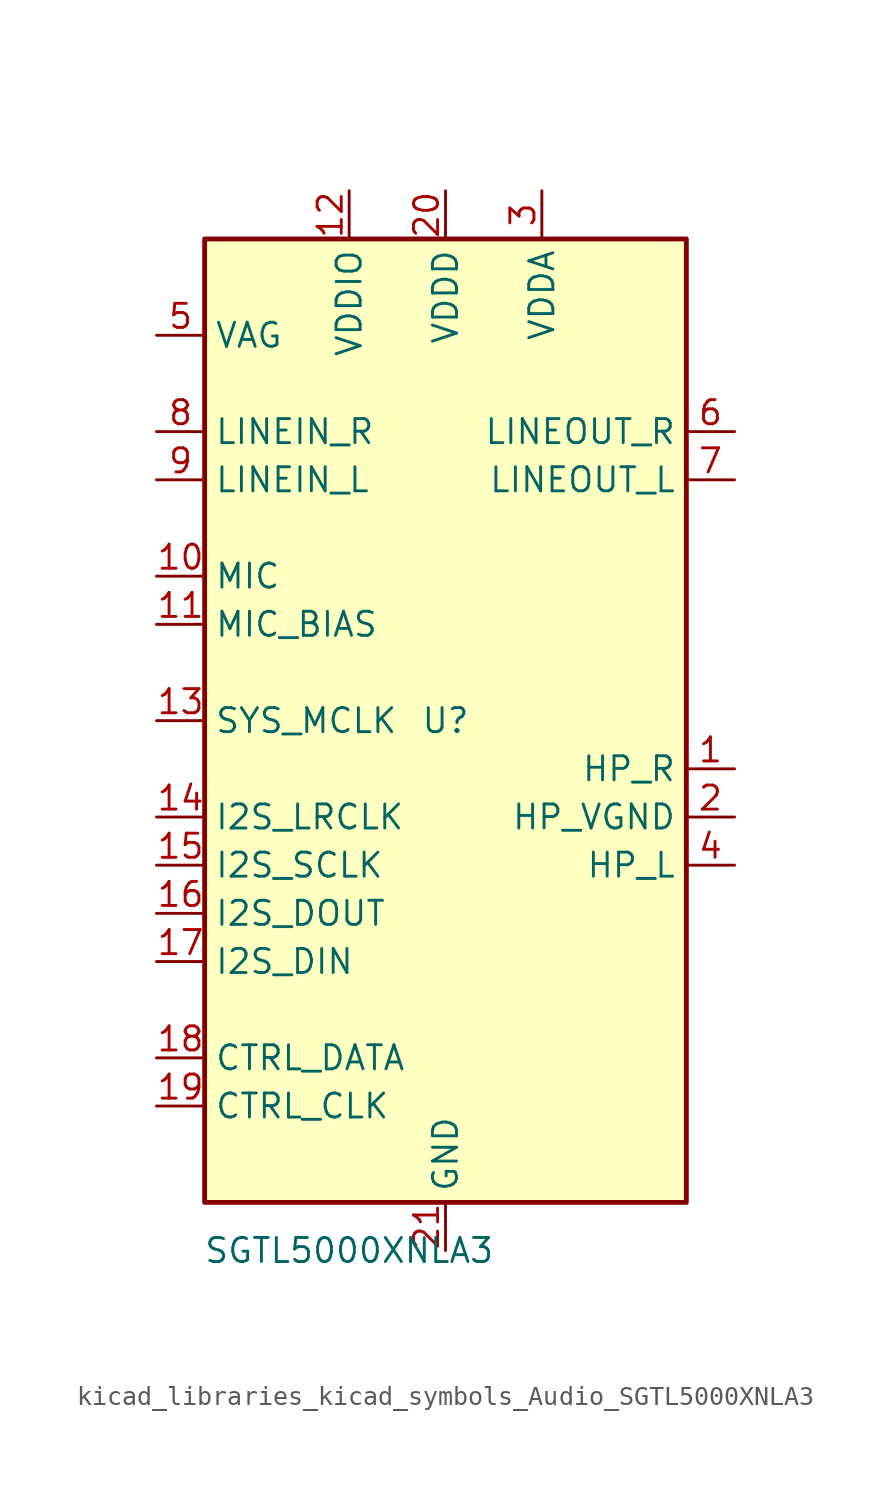
<source format=kicad_sym>
(kicad_symbol_lib
  (version 20220914)
  (generator kicad_symbol_editor)
  (symbol "kicad_libraries_kicad_symbols_Audio_SGTL5000XNLA3"
    (property "Reference" "U"
      (at 0 0 0)
      (effects (font (size 1.27 1.27))))
    (property "Value" "SGTL5000XNLA3"
      (at -5.08 -27.94 0)
      (effects (font (size 1.27 1.27))))
    (symbol "kicad_libraries_kicad_symbols_Audio_SGTL5000XNLA3_0_1"
      (rectangle (start -12.7 25.4) (end 12.7 -25.4) (stroke (width 0.254) (type default)) (fill (type background))))
    (symbol "kicad_libraries_kicad_symbols_Audio_SGTL5000XNLA3_1_1"
      (pin output line (at 15.24 -2.54 180) (length 2.54) (name "HP_R" (effects (font (size 1.27 1.27)))) (number "1" (effects (font (size 1.27 1.27)))))
      (pin input line (at -15.24 7.62 0) (length 2.54) (name "MIC" (effects (font (size 1.27 1.27)))) (number "10" (effects (font (size 1.27 1.27)))))
      (pin input line (at -15.24 5.08 0) (length 2.54) (name "MIC_BIAS" (effects (font (size 1.27 1.27)))) (number "11" (effects (font (size 1.27 1.27)))))
      (pin power_in line (at -5.08 27.94 270) (length 2.54) (name "VDDIO" (effects (font (size 1.27 1.27)))) (number "12" (effects (font (size 1.27 1.27)))))
      (pin input line (at -15.24 0 0) (length 2.54) (name "SYS_MCLK" (effects (font (size 1.27 1.27)))) (number "13" (effects (font (size 1.27 1.27)))))
      (pin input line (at -15.24 -5.08 0) (length 2.54) (name "I2S_LRCLK" (effects (font (size 1.27 1.27)))) (number "14" (effects (font (size 1.27 1.27)))))
      (pin input line (at -15.24 -7.62 0) (length 2.54) (name "I2S_SCLK" (effects (font (size 1.27 1.27)))) (number "15" (effects (font (size 1.27 1.27)))))
      (pin output line (at -15.24 -10.16 0) (length 2.54) (name "I2S_DOUT" (effects (font (size 1.27 1.27)))) (number "16" (effects (font (size 1.27 1.27)))))
      (pin input line (at -15.24 -12.7 0) (length 2.54) (name "I2S_DIN" (effects (font (size 1.27 1.27)))) (number "17" (effects (font (size 1.27 1.27)))))
      (pin input line (at -15.24 -17.78 0) (length 2.54) (name "CTRL_DATA" (effects (font (size 1.27 1.27)))) (number "18" (effects (font (size 1.27 1.27)))))
      (pin input line (at -15.24 -20.32 0) (length 2.54) (name "CTRL_CLK" (effects (font (size 1.27 1.27)))) (number "19" (effects (font (size 1.27 1.27)))))
      (pin power_out line (at 15.24 -5.08 180) (length 2.54) (name "HP_VGND" (effects (font (size 1.27 1.27)))) (number "2" (effects (font (size 1.27 1.27)))))
      (pin power_in line (at 0 27.94 270) (length 2.54) (name "VDDD" (effects (font (size 1.27 1.27)))) (number "20" (effects (font (size 1.27 1.27)))))
      (pin power_in line (at 0 -27.94 90) (length 2.54) (name "GND" (effects (font (size 1.27 1.27)))) (number "21" (effects (font (size 1.27 1.27)))))
      (pin power_in line (at 5.08 27.94 270) (length 2.54) (name "VDDA" (effects (font (size 1.27 1.27)))) (number "3" (effects (font (size 1.27 1.27)))))
      (pin output line (at 15.24 -7.62 180) (length 2.54) (name "HP_L" (effects (font (size 1.27 1.27)))) (number "4" (effects (font (size 1.27 1.27)))))
      (pin passive line (at -15.24 20.32 0) (length 2.54) (name "VAG" (effects (font (size 1.27 1.27)))) (number "5" (effects (font (size 1.27 1.27)))))
      (pin output line (at 15.24 15.24 180) (length 2.54) (name "LINEOUT_R" (effects (font (size 1.27 1.27)))) (number "6" (effects (font (size 1.27 1.27)))))
      (pin output line (at 15.24 12.7 180) (length 2.54) (name "LINEOUT_L" (effects (font (size 1.27 1.27)))) (number "7" (effects (font (size 1.27 1.27)))))
      (pin input line (at -15.24 15.24 0) (length 2.54) (name "LINEIN_R" (effects (font (size 1.27 1.27)))) (number "8" (effects (font (size 1.27 1.27)))))
      (pin input line (at -15.24 12.7 0) (length 2.54) (name "LINEIN_L" (effects (font (size 1.27 1.27)))) (number "9" (effects (font (size 1.27 1.27))))))))
</source>
